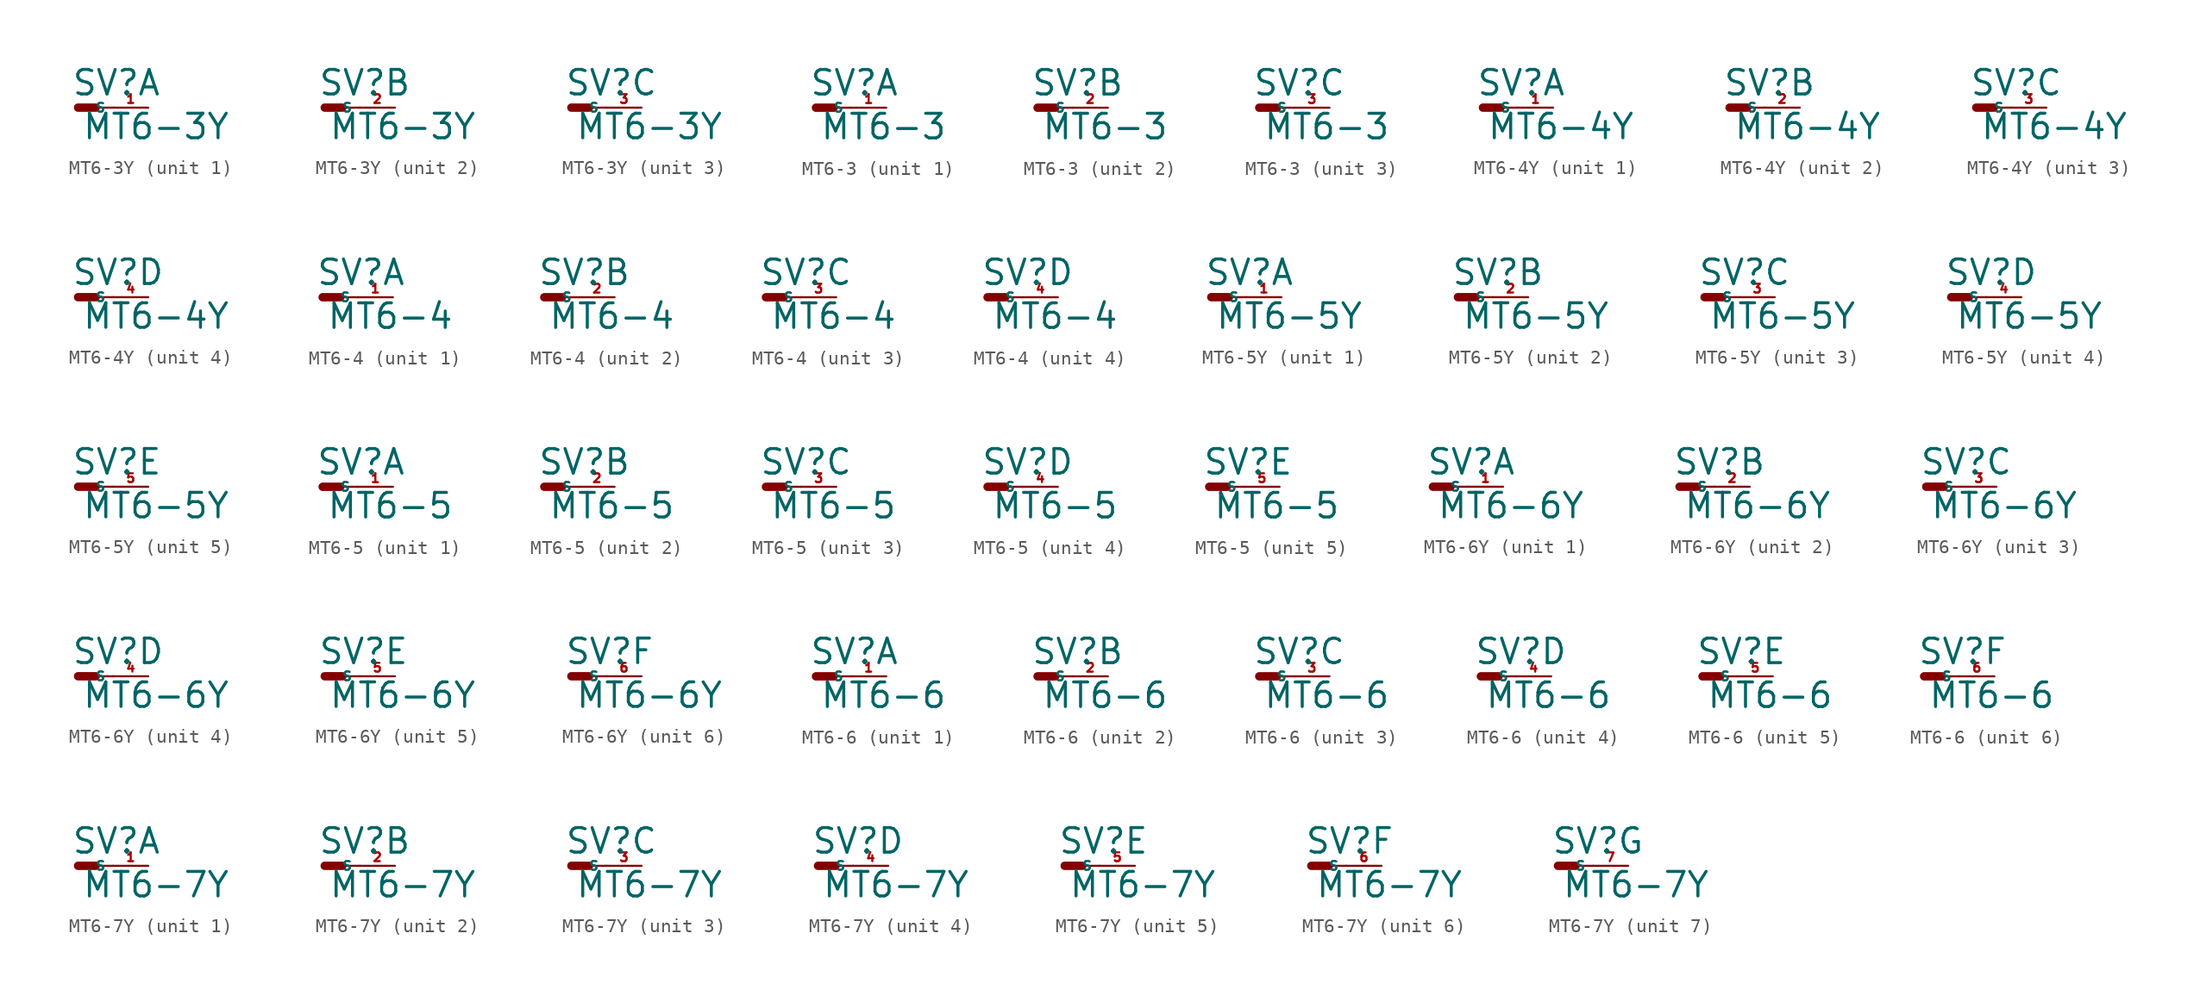
<source format=kicad_sym>
(kicad_symbol_lib
  (version 20220914)
  (generator Eagle2Kicad)
  (symbol "MT6-3Y"
    (property "Reference" "SV"
      (at -0.508 0.762 0)
      (effects (font (size 1.778 1.778) (thickness 0.22)) (justify left bottom)))
    (property "Value" "MT6-3Y"
      (at 0.254 -2.413 0)
      (effects (font (size 1.778 1.778) (thickness 0.22)) (justify left bottom)))
    (symbol "MT6-3Y_1_0"
      (polyline (pts (xy 1.27 0) (xy 2.54 0)) (stroke (width 0.152) (type default)) (fill (type none)))
      (polyline (pts (xy 0 0) (xy 1.27 0)) (stroke (width 0.61) (type default)) (fill (type none)))
      (pin passive line (at 5.08 0 180) (length 2.54) (name "S" (effects (font (size 0.635 0.635) (thickness 0.08)) (justify left bottom))) (number "1" (effects (font (size 0.635 0.635) (thickness 0.08)) (justify left bottom)))))
    (symbol "MT6-3Y_2_0"
      (polyline (pts (xy 1.27 0) (xy 2.54 0)) (stroke (width 0.152) (type default)) (fill (type none)))
      (polyline (pts (xy 0 0) (xy 1.27 0)) (stroke (width 0.61) (type default)) (fill (type none)))
      (pin passive line (at 5.08 0 180) (length 2.54) (name "S" (effects (font (size 0.635 0.635) (thickness 0.08)) (justify left bottom))) (number "2" (effects (font (size 0.635 0.635) (thickness 0.08)) (justify left bottom)))))
    (symbol "MT6-3Y_3_0"
      (polyline (pts (xy 1.27 0) (xy 2.54 0)) (stroke (width 0.152) (type default)) (fill (type none)))
      (polyline (pts (xy 0 0) (xy 1.27 0)) (stroke (width 0.61) (type default)) (fill (type none)))
      (pin passive line (at 5.08 0 180) (length 2.54) (name "S" (effects (font (size 0.635 0.635) (thickness 0.08)) (justify left bottom))) (number "3" (effects (font (size 0.635 0.635) (thickness 0.08)) (justify left bottom))))))
  (symbol "MT6-3"
    (property "Reference" "SV"
      (at -0.508 0.762 0)
      (effects (font (size 1.778 1.778) (thickness 0.22)) (justify left bottom)))
    (property "Value" "MT6-3"
      (at 0.254 -2.413 0)
      (effects (font (size 1.778 1.778) (thickness 0.22)) (justify left bottom)))
    (symbol "MT6-3_1_0"
      (polyline (pts (xy 1.27 0) (xy 2.54 0)) (stroke (width 0.152) (type default)) (fill (type none)))
      (polyline (pts (xy 0 0) (xy 1.27 0)) (stroke (width 0.61) (type default)) (fill (type none)))
      (pin passive line (at 5.08 0 180) (length 2.54) (name "S" (effects (font (size 0.635 0.635) (thickness 0.08)) (justify left bottom))) (number "1" (effects (font (size 0.635 0.635) (thickness 0.08)) (justify left bottom)))))
    (symbol "MT6-3_2_0"
      (polyline (pts (xy 1.27 0) (xy 2.54 0)) (stroke (width 0.152) (type default)) (fill (type none)))
      (polyline (pts (xy 0 0) (xy 1.27 0)) (stroke (width 0.61) (type default)) (fill (type none)))
      (pin passive line (at 5.08 0 180) (length 2.54) (name "S" (effects (font (size 0.635 0.635) (thickness 0.08)) (justify left bottom))) (number "2" (effects (font (size 0.635 0.635) (thickness 0.08)) (justify left bottom)))))
    (symbol "MT6-3_3_0"
      (polyline (pts (xy 1.27 0) (xy 2.54 0)) (stroke (width 0.152) (type default)) (fill (type none)))
      (polyline (pts (xy 0 0) (xy 1.27 0)) (stroke (width 0.61) (type default)) (fill (type none)))
      (pin passive line (at 5.08 0 180) (length 2.54) (name "S" (effects (font (size 0.635 0.635) (thickness 0.08)) (justify left bottom))) (number "3" (effects (font (size 0.635 0.635) (thickness 0.08)) (justify left bottom))))))
  (symbol "MT6-4Y"
    (property "Reference" "SV"
      (at -0.508 0.762 0)
      (effects (font (size 1.778 1.778) (thickness 0.22)) (justify left bottom)))
    (property "Value" "MT6-4Y"
      (at 0.254 -2.413 0)
      (effects (font (size 1.778 1.778) (thickness 0.22)) (justify left bottom)))
    (symbol "MT6-4Y_1_0"
      (polyline (pts (xy 1.27 0) (xy 2.54 0)) (stroke (width 0.152) (type default)) (fill (type none)))
      (polyline (pts (xy 0 0) (xy 1.27 0)) (stroke (width 0.61) (type default)) (fill (type none)))
      (pin passive line (at 5.08 0 180) (length 2.54) (name "S" (effects (font (size 0.635 0.635) (thickness 0.08)) (justify left bottom))) (number "1" (effects (font (size 0.635 0.635) (thickness 0.08)) (justify left bottom)))))
    (symbol "MT6-4Y_2_0"
      (polyline (pts (xy 1.27 0) (xy 2.54 0)) (stroke (width 0.152) (type default)) (fill (type none)))
      (polyline (pts (xy 0 0) (xy 1.27 0)) (stroke (width 0.61) (type default)) (fill (type none)))
      (pin passive line (at 5.08 0 180) (length 2.54) (name "S" (effects (font (size 0.635 0.635) (thickness 0.08)) (justify left bottom))) (number "2" (effects (font (size 0.635 0.635) (thickness 0.08)) (justify left bottom)))))
    (symbol "MT6-4Y_3_0"
      (polyline (pts (xy 1.27 0) (xy 2.54 0)) (stroke (width 0.152) (type default)) (fill (type none)))
      (polyline (pts (xy 0 0) (xy 1.27 0)) (stroke (width 0.61) (type default)) (fill (type none)))
      (pin passive line (at 5.08 0 180) (length 2.54) (name "S" (effects (font (size 0.635 0.635) (thickness 0.08)) (justify left bottom))) (number "3" (effects (font (size 0.635 0.635) (thickness 0.08)) (justify left bottom)))))
    (symbol "MT6-4Y_4_0"
      (polyline (pts (xy 1.27 0) (xy 2.54 0)) (stroke (width 0.152) (type default)) (fill (type none)))
      (polyline (pts (xy 0 0) (xy 1.27 0)) (stroke (width 0.61) (type default)) (fill (type none)))
      (pin passive line (at 5.08 0 180) (length 2.54) (name "S" (effects (font (size 0.635 0.635) (thickness 0.08)) (justify left bottom))) (number "4" (effects (font (size 0.635 0.635) (thickness 0.08)) (justify left bottom))))))
  (symbol "MT6-4"
    (property "Reference" "SV"
      (at -0.508 0.762 0)
      (effects (font (size 1.778 1.778) (thickness 0.22)) (justify left bottom)))
    (property "Value" "MT6-4"
      (at 0.254 -2.413 0)
      (effects (font (size 1.778 1.778) (thickness 0.22)) (justify left bottom)))
    (symbol "MT6-4_1_0"
      (polyline (pts (xy 1.27 0) (xy 2.54 0)) (stroke (width 0.152) (type default)) (fill (type none)))
      (polyline (pts (xy 0 0) (xy 1.27 0)) (stroke (width 0.61) (type default)) (fill (type none)))
      (pin passive line (at 5.08 0 180) (length 2.54) (name "S" (effects (font (size 0.635 0.635) (thickness 0.08)) (justify left bottom))) (number "1" (effects (font (size 0.635 0.635) (thickness 0.08)) (justify left bottom)))))
    (symbol "MT6-4_2_0"
      (polyline (pts (xy 1.27 0) (xy 2.54 0)) (stroke (width 0.152) (type default)) (fill (type none)))
      (polyline (pts (xy 0 0) (xy 1.27 0)) (stroke (width 0.61) (type default)) (fill (type none)))
      (pin passive line (at 5.08 0 180) (length 2.54) (name "S" (effects (font (size 0.635 0.635) (thickness 0.08)) (justify left bottom))) (number "2" (effects (font (size 0.635 0.635) (thickness 0.08)) (justify left bottom)))))
    (symbol "MT6-4_3_0"
      (polyline (pts (xy 1.27 0) (xy 2.54 0)) (stroke (width 0.152) (type default)) (fill (type none)))
      (polyline (pts (xy 0 0) (xy 1.27 0)) (stroke (width 0.61) (type default)) (fill (type none)))
      (pin passive line (at 5.08 0 180) (length 2.54) (name "S" (effects (font (size 0.635 0.635) (thickness 0.08)) (justify left bottom))) (number "3" (effects (font (size 0.635 0.635) (thickness 0.08)) (justify left bottom)))))
    (symbol "MT6-4_4_0"
      (polyline (pts (xy 1.27 0) (xy 2.54 0)) (stroke (width 0.152) (type default)) (fill (type none)))
      (polyline (pts (xy 0 0) (xy 1.27 0)) (stroke (width 0.61) (type default)) (fill (type none)))
      (pin passive line (at 5.08 0 180) (length 2.54) (name "S" (effects (font (size 0.635 0.635) (thickness 0.08)) (justify left bottom))) (number "4" (effects (font (size 0.635 0.635) (thickness 0.08)) (justify left bottom))))))
  (symbol "MT6-5Y"
    (property "Reference" "SV"
      (at -0.508 0.762 0)
      (effects (font (size 1.778 1.778) (thickness 0.22)) (justify left bottom)))
    (property "Value" "MT6-5Y"
      (at 0.254 -2.413 0)
      (effects (font (size 1.778 1.778) (thickness 0.22)) (justify left bottom)))
    (symbol "MT6-5Y_1_0"
      (polyline (pts (xy 1.27 0) (xy 2.54 0)) (stroke (width 0.152) (type default)) (fill (type none)))
      (polyline (pts (xy 0 0) (xy 1.27 0)) (stroke (width 0.61) (type default)) (fill (type none)))
      (pin passive line (at 5.08 0 180) (length 2.54) (name "S" (effects (font (size 0.635 0.635) (thickness 0.08)) (justify left bottom))) (number "1" (effects (font (size 0.635 0.635) (thickness 0.08)) (justify left bottom)))))
    (symbol "MT6-5Y_2_0"
      (polyline (pts (xy 1.27 0) (xy 2.54 0)) (stroke (width 0.152) (type default)) (fill (type none)))
      (polyline (pts (xy 0 0) (xy 1.27 0)) (stroke (width 0.61) (type default)) (fill (type none)))
      (pin passive line (at 5.08 0 180) (length 2.54) (name "S" (effects (font (size 0.635 0.635) (thickness 0.08)) (justify left bottom))) (number "2" (effects (font (size 0.635 0.635) (thickness 0.08)) (justify left bottom)))))
    (symbol "MT6-5Y_3_0"
      (polyline (pts (xy 1.27 0) (xy 2.54 0)) (stroke (width 0.152) (type default)) (fill (type none)))
      (polyline (pts (xy 0 0) (xy 1.27 0)) (stroke (width 0.61) (type default)) (fill (type none)))
      (pin passive line (at 5.08 0 180) (length 2.54) (name "S" (effects (font (size 0.635 0.635) (thickness 0.08)) (justify left bottom))) (number "3" (effects (font (size 0.635 0.635) (thickness 0.08)) (justify left bottom)))))
    (symbol "MT6-5Y_4_0"
      (polyline (pts (xy 1.27 0) (xy 2.54 0)) (stroke (width 0.152) (type default)) (fill (type none)))
      (polyline (pts (xy 0 0) (xy 1.27 0)) (stroke (width 0.61) (type default)) (fill (type none)))
      (pin passive line (at 5.08 0 180) (length 2.54) (name "S" (effects (font (size 0.635 0.635) (thickness 0.08)) (justify left bottom))) (number "4" (effects (font (size 0.635 0.635) (thickness 0.08)) (justify left bottom)))))
    (symbol "MT6-5Y_5_0"
      (polyline (pts (xy 1.27 0) (xy 2.54 0)) (stroke (width 0.152) (type default)) (fill (type none)))
      (polyline (pts (xy 0 0) (xy 1.27 0)) (stroke (width 0.61) (type default)) (fill (type none)))
      (pin passive line (at 5.08 0 180) (length 2.54) (name "S" (effects (font (size 0.635 0.635) (thickness 0.08)) (justify left bottom))) (number "5" (effects (font (size 0.635 0.635) (thickness 0.08)) (justify left bottom))))))
  (symbol "MT6-5"
    (property "Reference" "SV"
      (at -0.508 0.762 0)
      (effects (font (size 1.778 1.778) (thickness 0.22)) (justify left bottom)))
    (property "Value" "MT6-5"
      (at 0.254 -2.413 0)
      (effects (font (size 1.778 1.778) (thickness 0.22)) (justify left bottom)))
    (symbol "MT6-5_1_0"
      (polyline (pts (xy 1.27 0) (xy 2.54 0)) (stroke (width 0.152) (type default)) (fill (type none)))
      (polyline (pts (xy 0 0) (xy 1.27 0)) (stroke (width 0.61) (type default)) (fill (type none)))
      (pin passive line (at 5.08 0 180) (length 2.54) (name "S" (effects (font (size 0.635 0.635) (thickness 0.08)) (justify left bottom))) (number "1" (effects (font (size 0.635 0.635) (thickness 0.08)) (justify left bottom)))))
    (symbol "MT6-5_2_0"
      (polyline (pts (xy 1.27 0) (xy 2.54 0)) (stroke (width 0.152) (type default)) (fill (type none)))
      (polyline (pts (xy 0 0) (xy 1.27 0)) (stroke (width 0.61) (type default)) (fill (type none)))
      (pin passive line (at 5.08 0 180) (length 2.54) (name "S" (effects (font (size 0.635 0.635) (thickness 0.08)) (justify left bottom))) (number "2" (effects (font (size 0.635 0.635) (thickness 0.08)) (justify left bottom)))))
    (symbol "MT6-5_3_0"
      (polyline (pts (xy 1.27 0) (xy 2.54 0)) (stroke (width 0.152) (type default)) (fill (type none)))
      (polyline (pts (xy 0 0) (xy 1.27 0)) (stroke (width 0.61) (type default)) (fill (type none)))
      (pin passive line (at 5.08 0 180) (length 2.54) (name "S" (effects (font (size 0.635 0.635) (thickness 0.08)) (justify left bottom))) (number "3" (effects (font (size 0.635 0.635) (thickness 0.08)) (justify left bottom)))))
    (symbol "MT6-5_4_0"
      (polyline (pts (xy 1.27 0) (xy 2.54 0)) (stroke (width 0.152) (type default)) (fill (type none)))
      (polyline (pts (xy 0 0) (xy 1.27 0)) (stroke (width 0.61) (type default)) (fill (type none)))
      (pin passive line (at 5.08 0 180) (length 2.54) (name "S" (effects (font (size 0.635 0.635) (thickness 0.08)) (justify left bottom))) (number "4" (effects (font (size 0.635 0.635) (thickness 0.08)) (justify left bottom)))))
    (symbol "MT6-5_5_0"
      (polyline (pts (xy 1.27 0) (xy 2.54 0)) (stroke (width 0.152) (type default)) (fill (type none)))
      (polyline (pts (xy 0 0) (xy 1.27 0)) (stroke (width 0.61) (type default)) (fill (type none)))
      (pin passive line (at 5.08 0 180) (length 2.54) (name "S" (effects (font (size 0.635 0.635) (thickness 0.08)) (justify left bottom))) (number "5" (effects (font (size 0.635 0.635) (thickness 0.08)) (justify left bottom))))))
  (symbol "MT6-6Y"
    (property "Reference" "SV"
      (at -0.508 0.762 0)
      (effects (font (size 1.778 1.778) (thickness 0.22)) (justify left bottom)))
    (property "Value" "MT6-6Y"
      (at 0.254 -2.413 0)
      (effects (font (size 1.778 1.778) (thickness 0.22)) (justify left bottom)))
    (symbol "MT6-6Y_1_0"
      (polyline (pts (xy 1.27 0) (xy 2.54 0)) (stroke (width 0.152) (type default)) (fill (type none)))
      (polyline (pts (xy 0 0) (xy 1.27 0)) (stroke (width 0.61) (type default)) (fill (type none)))
      (pin passive line (at 5.08 0 180) (length 2.54) (name "S" (effects (font (size 0.635 0.635) (thickness 0.08)) (justify left bottom))) (number "1" (effects (font (size 0.635 0.635) (thickness 0.08)) (justify left bottom)))))
    (symbol "MT6-6Y_2_0"
      (polyline (pts (xy 1.27 0) (xy 2.54 0)) (stroke (width 0.152) (type default)) (fill (type none)))
      (polyline (pts (xy 0 0) (xy 1.27 0)) (stroke (width 0.61) (type default)) (fill (type none)))
      (pin passive line (at 5.08 0 180) (length 2.54) (name "S" (effects (font (size 0.635 0.635) (thickness 0.08)) (justify left bottom))) (number "2" (effects (font (size 0.635 0.635) (thickness 0.08)) (justify left bottom)))))
    (symbol "MT6-6Y_3_0"
      (polyline (pts (xy 1.27 0) (xy 2.54 0)) (stroke (width 0.152) (type default)) (fill (type none)))
      (polyline (pts (xy 0 0) (xy 1.27 0)) (stroke (width 0.61) (type default)) (fill (type none)))
      (pin passive line (at 5.08 0 180) (length 2.54) (name "S" (effects (font (size 0.635 0.635) (thickness 0.08)) (justify left bottom))) (number "3" (effects (font (size 0.635 0.635) (thickness 0.08)) (justify left bottom)))))
    (symbol "MT6-6Y_4_0"
      (polyline (pts (xy 1.27 0) (xy 2.54 0)) (stroke (width 0.152) (type default)) (fill (type none)))
      (polyline (pts (xy 0 0) (xy 1.27 0)) (stroke (width 0.61) (type default)) (fill (type none)))
      (pin passive line (at 5.08 0 180) (length 2.54) (name "S" (effects (font (size 0.635 0.635) (thickness 0.08)) (justify left bottom))) (number "4" (effects (font (size 0.635 0.635) (thickness 0.08)) (justify left bottom)))))
    (symbol "MT6-6Y_5_0"
      (polyline (pts (xy 1.27 0) (xy 2.54 0)) (stroke (width 0.152) (type default)) (fill (type none)))
      (polyline (pts (xy 0 0) (xy 1.27 0)) (stroke (width 0.61) (type default)) (fill (type none)))
      (pin passive line (at 5.08 0 180) (length 2.54) (name "S" (effects (font (size 0.635 0.635) (thickness 0.08)) (justify left bottom))) (number "5" (effects (font (size 0.635 0.635) (thickness 0.08)) (justify left bottom)))))
    (symbol "MT6-6Y_6_0"
      (polyline (pts (xy 1.27 0) (xy 2.54 0)) (stroke (width 0.152) (type default)) (fill (type none)))
      (polyline (pts (xy 0 0) (xy 1.27 0)) (stroke (width 0.61) (type default)) (fill (type none)))
      (pin passive line (at 5.08 0 180) (length 2.54) (name "S" (effects (font (size 0.635 0.635) (thickness 0.08)) (justify left bottom))) (number "6" (effects (font (size 0.635 0.635) (thickness 0.08)) (justify left bottom))))))
  (symbol "MT6-6"
    (property "Reference" "SV"
      (at -0.508 0.762 0)
      (effects (font (size 1.778 1.778) (thickness 0.22)) (justify left bottom)))
    (property "Value" "MT6-6"
      (at 0.254 -2.413 0)
      (effects (font (size 1.778 1.778) (thickness 0.22)) (justify left bottom)))
    (symbol "MT6-6_1_0"
      (polyline (pts (xy 1.27 0) (xy 2.54 0)) (stroke (width 0.152) (type default)) (fill (type none)))
      (polyline (pts (xy 0 0) (xy 1.27 0)) (stroke (width 0.61) (type default)) (fill (type none)))
      (pin passive line (at 5.08 0 180) (length 2.54) (name "S" (effects (font (size 0.635 0.635) (thickness 0.08)) (justify left bottom))) (number "1" (effects (font (size 0.635 0.635) (thickness 0.08)) (justify left bottom)))))
    (symbol "MT6-6_2_0"
      (polyline (pts (xy 1.27 0) (xy 2.54 0)) (stroke (width 0.152) (type default)) (fill (type none)))
      (polyline (pts (xy 0 0) (xy 1.27 0)) (stroke (width 0.61) (type default)) (fill (type none)))
      (pin passive line (at 5.08 0 180) (length 2.54) (name "S" (effects (font (size 0.635 0.635) (thickness 0.08)) (justify left bottom))) (number "2" (effects (font (size 0.635 0.635) (thickness 0.08)) (justify left bottom)))))
    (symbol "MT6-6_3_0"
      (polyline (pts (xy 1.27 0) (xy 2.54 0)) (stroke (width 0.152) (type default)) (fill (type none)))
      (polyline (pts (xy 0 0) (xy 1.27 0)) (stroke (width 0.61) (type default)) (fill (type none)))
      (pin passive line (at 5.08 0 180) (length 2.54) (name "S" (effects (font (size 0.635 0.635) (thickness 0.08)) (justify left bottom))) (number "3" (effects (font (size 0.635 0.635) (thickness 0.08)) (justify left bottom)))))
    (symbol "MT6-6_4_0"
      (polyline (pts (xy 1.27 0) (xy 2.54 0)) (stroke (width 0.152) (type default)) (fill (type none)))
      (polyline (pts (xy 0 0) (xy 1.27 0)) (stroke (width 0.61) (type default)) (fill (type none)))
      (pin passive line (at 5.08 0 180) (length 2.54) (name "S" (effects (font (size 0.635 0.635) (thickness 0.08)) (justify left bottom))) (number "4" (effects (font (size 0.635 0.635) (thickness 0.08)) (justify left bottom)))))
    (symbol "MT6-6_5_0"
      (polyline (pts (xy 1.27 0) (xy 2.54 0)) (stroke (width 0.152) (type default)) (fill (type none)))
      (polyline (pts (xy 0 0) (xy 1.27 0)) (stroke (width 0.61) (type default)) (fill (type none)))
      (pin passive line (at 5.08 0 180) (length 2.54) (name "S" (effects (font (size 0.635 0.635) (thickness 0.08)) (justify left bottom))) (number "5" (effects (font (size 0.635 0.635) (thickness 0.08)) (justify left bottom)))))
    (symbol "MT6-6_6_0"
      (polyline (pts (xy 1.27 0) (xy 2.54 0)) (stroke (width 0.152) (type default)) (fill (type none)))
      (polyline (pts (xy 0 0) (xy 1.27 0)) (stroke (width 0.61) (type default)) (fill (type none)))
      (pin passive line (at 5.08 0 180) (length 2.54) (name "S" (effects (font (size 0.635 0.635) (thickness 0.08)) (justify left bottom))) (number "6" (effects (font (size 0.635 0.635) (thickness 0.08)) (justify left bottom))))))
  (symbol "MT6-7Y"
    (property "Reference" "SV"
      (at -0.508 0.762 0)
      (effects (font (size 1.778 1.778) (thickness 0.22)) (justify left bottom)))
    (property "Value" "MT6-7Y"
      (at 0.254 -2.413 0)
      (effects (font (size 1.778 1.778) (thickness 0.22)) (justify left bottom)))
    (symbol "MT6-7Y_1_0"
      (polyline (pts (xy 1.27 0) (xy 2.54 0)) (stroke (width 0.152) (type default)) (fill (type none)))
      (polyline (pts (xy 0 0) (xy 1.27 0)) (stroke (width 0.61) (type default)) (fill (type none)))
      (pin passive line (at 5.08 0 180) (length 2.54) (name "S" (effects (font (size 0.635 0.635) (thickness 0.08)) (justify left bottom))) (number "1" (effects (font (size 0.635 0.635) (thickness 0.08)) (justify left bottom)))))
    (symbol "MT6-7Y_2_0"
      (polyline (pts (xy 1.27 0) (xy 2.54 0)) (stroke (width 0.152) (type default)) (fill (type none)))
      (polyline (pts (xy 0 0) (xy 1.27 0)) (stroke (width 0.61) (type default)) (fill (type none)))
      (pin passive line (at 5.08 0 180) (length 2.54) (name "S" (effects (font (size 0.635 0.635) (thickness 0.08)) (justify left bottom))) (number "2" (effects (font (size 0.635 0.635) (thickness 0.08)) (justify left bottom)))))
    (symbol "MT6-7Y_3_0"
      (polyline (pts (xy 1.27 0) (xy 2.54 0)) (stroke (width 0.152) (type default)) (fill (type none)))
      (polyline (pts (xy 0 0) (xy 1.27 0)) (stroke (width 0.61) (type default)) (fill (type none)))
      (pin passive line (at 5.08 0 180) (length 2.54) (name "S" (effects (font (size 0.635 0.635) (thickness 0.08)) (justify left bottom))) (number "3" (effects (font (size 0.635 0.635) (thickness 0.08)) (justify left bottom)))))
    (symbol "MT6-7Y_4_0"
      (polyline (pts (xy 1.27 0) (xy 2.54 0)) (stroke (width 0.152) (type default)) (fill (type none)))
      (polyline (pts (xy 0 0) (xy 1.27 0)) (stroke (width 0.61) (type default)) (fill (type none)))
      (pin passive line (at 5.08 0 180) (length 2.54) (name "S" (effects (font (size 0.635 0.635) (thickness 0.08)) (justify left bottom))) (number "4" (effects (font (size 0.635 0.635) (thickness 0.08)) (justify left bottom)))))
    (symbol "MT6-7Y_5_0"
      (polyline (pts (xy 1.27 0) (xy 2.54 0)) (stroke (width 0.152) (type default)) (fill (type none)))
      (polyline (pts (xy 0 0) (xy 1.27 0)) (stroke (width 0.61) (type default)) (fill (type none)))
      (pin passive line (at 5.08 0 180) (length 2.54) (name "S" (effects (font (size 0.635 0.635) (thickness 0.08)) (justify left bottom))) (number "5" (effects (font (size 0.635 0.635) (thickness 0.08)) (justify left bottom)))))
    (symbol "MT6-7Y_6_0"
      (polyline (pts (xy 1.27 0) (xy 2.54 0)) (stroke (width 0.152) (type default)) (fill (type none)))
      (polyline (pts (xy 0 0) (xy 1.27 0)) (stroke (width 0.61) (type default)) (fill (type none)))
      (pin passive line (at 5.08 0 180) (length 2.54) (name "S" (effects (font (size 0.635 0.635) (thickness 0.08)) (justify left bottom))) (number "6" (effects (font (size 0.635 0.635) (thickness 0.08)) (justify left bottom)))))
    (symbol "MT6-7Y_7_0"
      (polyline (pts (xy 1.27 0) (xy 2.54 0)) (stroke (width 0.152) (type default)) (fill (type none)))
      (polyline (pts (xy 0 0) (xy 1.27 0)) (stroke (width 0.61) (type default)) (fill (type none)))
      (pin passive line (at 5.08 0 180) (length 2.54) (name "S" (effects (font (size 0.635 0.635) (thickness 0.08)) (justify left bottom))) (number "7" (effects (font (size 0.635 0.635) (thickness 0.08)) (justify left bottom)))))))
</source>
